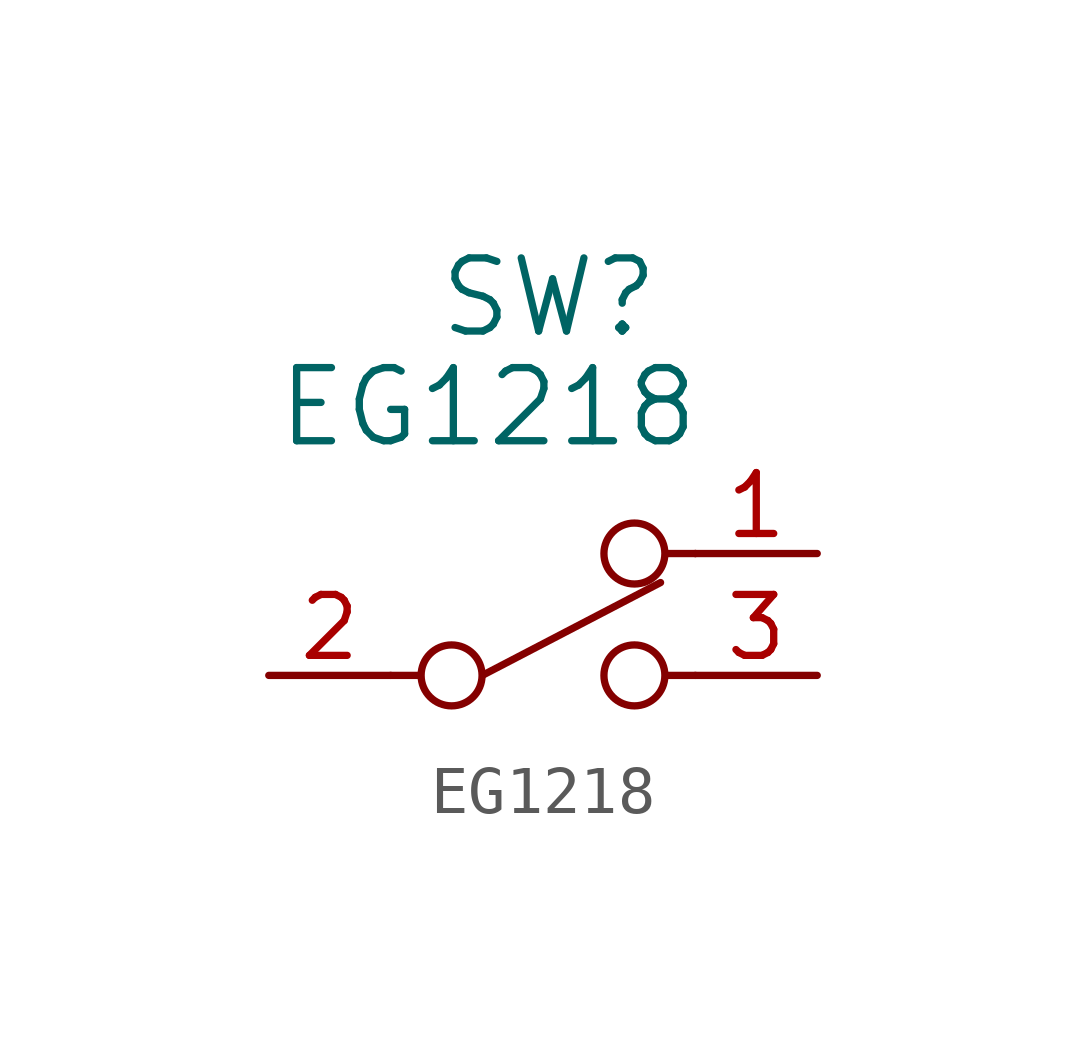
<source format=kicad_sym>
(kicad_symbol_lib
  (version 20241209)
  (generator "kicad_symbol_editor")
  (generator_version "9.0")
  (symbol "EG1218"
    (pin_names
      (offset 0.254))
    (property "Reference" "SW"
      (at 5.842 7.874 0)
      (effects (font (size 1.524 1.524))))
    (property "Value" "EG1218"
      (at 4.572 5.588 0)
      (effects (font (size 1.524 1.524))))
    (property "ki_locked" ""
      (at 0 0 0)
      (effects (font (size 1.27 1.27))))
    (symbol "EG1218_1_1"
      (polyline (pts (xy 2.54 0) (xy 3.155 0)) (stroke (width 0) (type default)) (fill (type none)))
      (circle (center 3.81 0) (radius 0.635) (stroke (width 0) (type default)) (fill (type none)))
      (polyline (pts (xy 4.467 0.009) (xy 8.165 1.935)) (stroke (width 0) (type default)) (fill (type none)))
      (circle (center 7.62 2.54) (radius 0.635) (stroke (width 0) (type default)) (fill (type none)))
      (circle (center 7.62 0) (radius 0.635) (stroke (width 0) (type default)) (fill (type none)))
      (polyline (pts (xy 8.89 2.54) (xy 8.304 2.54)) (stroke (width 0) (type default)) (fill (type none)))
      (polyline (pts (xy 8.89 2.54) (xy 8.89 2.54)) (stroke (width 0) (type default)) (fill (type none)))
      (polyline (pts (xy 8.89 0) (xy 8.273 0)) (stroke (width 0) (type default)) (fill (type none)))
      (pin bidirectional line (at 0 0 0) (length 2.54) (name "" (effects (font (size 1.27 1.27)))) (number "2" (effects (font (size 1.27 1.27)))))
      (pin bidirectional line (at 11.43 2.54 180) (length 2.54) (name "" (effects (font (size 1.27 1.27)))) (number "1" (effects (font (size 1.27 1.27)))))
      (pin bidirectional line (at 11.43 0 180) (length 2.54) (name "" (effects (font (size 1.27 1.27)))) (number "3" (effects (font (size 1.27 1.27))))))))
</source>
